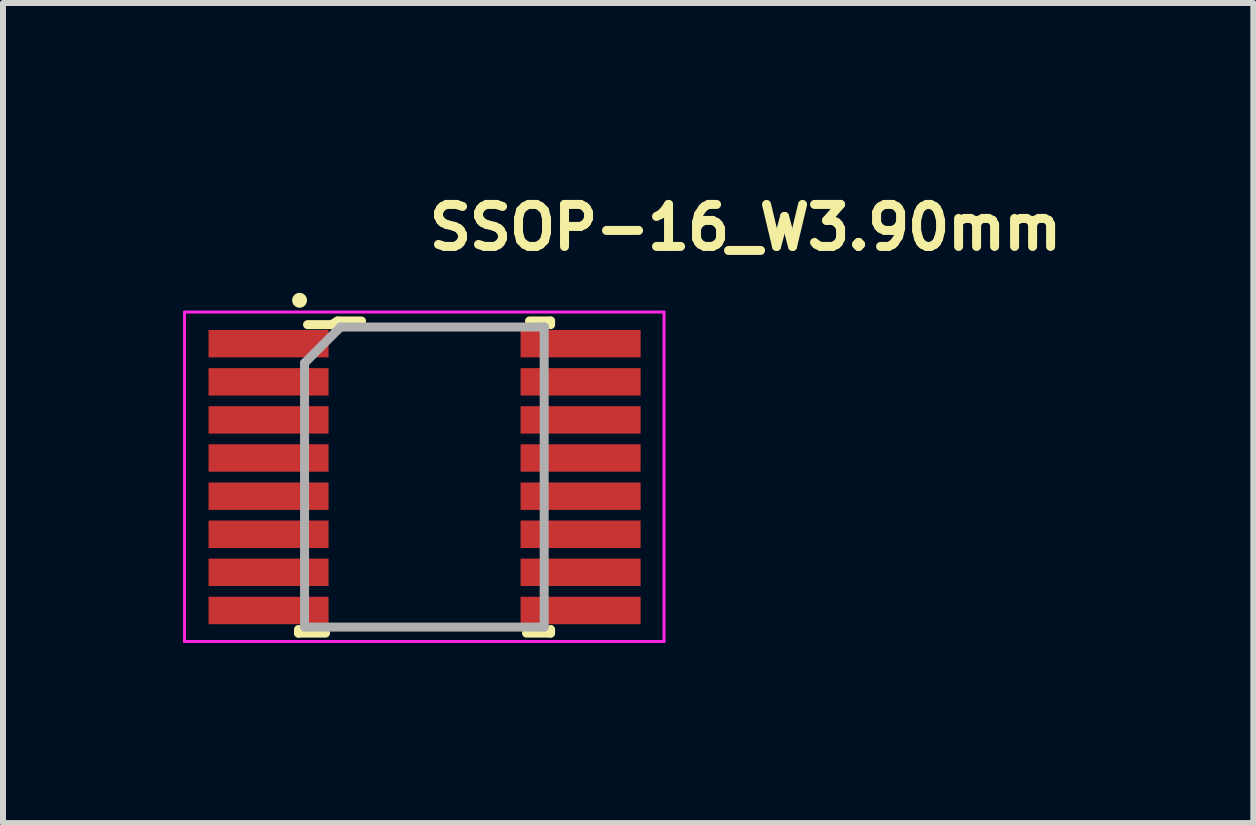
<source format=kicad_pcb>
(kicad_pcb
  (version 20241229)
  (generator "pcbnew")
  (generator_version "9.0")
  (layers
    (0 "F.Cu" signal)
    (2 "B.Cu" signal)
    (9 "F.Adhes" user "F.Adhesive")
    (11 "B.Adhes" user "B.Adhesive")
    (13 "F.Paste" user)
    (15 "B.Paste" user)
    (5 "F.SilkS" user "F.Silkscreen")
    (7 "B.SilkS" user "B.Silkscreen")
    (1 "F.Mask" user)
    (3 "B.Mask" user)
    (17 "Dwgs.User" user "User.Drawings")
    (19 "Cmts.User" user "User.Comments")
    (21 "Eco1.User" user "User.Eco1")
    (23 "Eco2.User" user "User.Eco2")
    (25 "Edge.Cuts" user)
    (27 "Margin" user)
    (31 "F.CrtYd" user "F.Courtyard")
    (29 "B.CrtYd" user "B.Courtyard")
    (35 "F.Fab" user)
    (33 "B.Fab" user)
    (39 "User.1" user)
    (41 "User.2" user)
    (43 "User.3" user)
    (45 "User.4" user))
  (footprint "SSOP-16_W3.90mm"
    (layer "F.Cu")
    (at 4.025 4.9)
    (property "Reference" "SSOP-16_W3.90mm" (at 0 -3.75 0) (layer "F.SilkS") (effects (font (size 0.7 0.7) (thickness 0.15)) (justify left bottom)))
    (attr smd)
    (fp_line (start -2.101 2.54) (end -2.101 2.6) (stroke (width 0.15) (type solid)) (layer "F.SilkS"))
    (fp_line (start -2.101 2.6) (end -1.651 2.6) (stroke (width 0.15) (type solid)) (layer "F.SilkS"))
    (fp_line (start -1.551 -2.54) (end -1.95 -2.54) (stroke (width 0.15) (type solid)) (layer "F.SilkS"))
    (fp_line (start -1.45 -2.601) (end -1.551 -2.54) (stroke (width 0.15) (type solid)) (layer "F.SilkS"))
    (fp_line (start -1.051 -2.601) (end -1.45 -2.601) (stroke (width 0.15) (type solid)) (layer "F.SilkS"))
    (fp_line (start 2.1 -2.601) (end 1.749 -2.601) (stroke (width 0.15) (type solid)) (layer "F.SilkS"))
    (fp_line (start 2.1 -2.54) (end 2.1 -2.601) (stroke (width 0.15) (type solid)) (layer "F.SilkS"))
    (fp_line (start 2.1 2.54) (end 2.1 2.6) (stroke (width 0.15) (type solid)) (layer "F.SilkS"))
    (fp_line (start 2.1 2.6) (end 1.699 2.6) (stroke (width 0.15) (type solid)) (layer "F.SilkS"))
    (fp_circle (center -2.083 -2.946) (end -2.034 -2.946) (stroke (width 0.15) (type solid)) (fill yes) (layer "F.SilkS"))
    (fp_line (start -4 -2.75) (end -4 2.74) (stroke (width 0.05) (type solid)) (layer "F.CrtYd"))
    (fp_line (start -4 -2.75) (end 3.99 -2.75) (stroke (width 0.05) (type solid)) (layer "F.CrtYd"))
    (fp_line (start -4 2.74) (end 3.99 2.74) (stroke (width 0.05) (type solid)) (layer "F.CrtYd"))
    (fp_line (start 3.99 2.74) (end 3.99 -2.75) (stroke (width 0.05) (type solid)) (layer "F.CrtYd"))
    (fp_line (start -2 -1.901) (end -2 2.499) (stroke (width 0.15) (type solid)) (layer "F.Fab"))
    (fp_line (start -2 -1.901) (end -1.401 -2.5) (stroke (width 0.15) (type solid)) (layer "F.Fab"))
    (fp_line (start -1.994 2.5) (end 1.993 2.5) (stroke (width 0.15) (type solid)) (layer "F.Fab"))
    (fp_line (start -1.401 -2.5) (end 1.999 -2.5) (stroke (width 0.15) (type solid)) (layer "F.Fab"))
    (fp_line (start 1.993 2.5) (end 1.993 -2.503) (stroke (width 0.15) (type solid)) (layer "F.Fab"))
    (fp_rect (start -3.011 -2.451) (end 3.011 2.451) (stroke (width 0.1) (type solid)) (fill no) (layer "User.5"))
    (fp_line (start -3.011 -0.445) (end -3.011 -0.19) (stroke (width 0.01) (type solid)) (layer "User.9"))
    (fp_line (start -3.011 -1.715) (end -3.011 -1.46) (stroke (width 0.01) (type solid)) (layer "User.9"))
    (fp_line (start -3.011 -1.08) (end -3.011 -0.826) (stroke (width 0.01) (type solid)) (layer "User.9"))
    (fp_line (start -3.011 2.095) (end -3.011 2.35) (stroke (width 0.01) (type solid)) (layer "User.9"))
    (fp_line (start -3.011 -2.35) (end -3.011 -2.095) (stroke (width 0.01) (type solid)) (layer "User.9"))
    (fp_line (start -3.011 0.19) (end -3.011 0.444) (stroke (width 0.01) (type solid)) (layer "User.9"))
    (fp_line (start -3.011 0.825) (end -3.011 1.08) (stroke (width 0.01) (type solid)) (layer "User.9"))
    (fp_line (start -3.011 1.46) (end -3.011 1.714) (stroke (width 0.01) (type solid)) (layer "User.9"))
    (fp_line (start -2.671 -1.08) (end -2.555 -1.08) (stroke (width 0.01) (type solid)) (layer "User.9"))
    (fp_line (start -2.671 -0.826) (end -3.011 -0.826) (stroke (width 0.01) (type solid)) (layer "User.9"))
    (fp_line (start -2.671 -0.826) (end -2.555 -0.826) (stroke (width 0.01) (type solid)) (layer "User.9"))
    (fp_line (start -2.671 -0.445) (end -3.011 -0.445) (stroke (width 0.01) (type solid)) (layer "User.9"))
    (fp_line (start -2.671 -0.445) (end -2.555 -0.445) (stroke (width 0.01) (type solid)) (layer "User.9"))
    (fp_line (start -2.671 -0.19) (end -3.011 -0.19) (stroke (width 0.01) (type solid)) (layer "User.9"))
    (fp_line (start -2.671 -0.19) (end -2.555 -0.19) (stroke (width 0.01) (type solid)) (layer "User.9"))
    (fp_line (start -2.671 -2.35) (end -3.011 -2.35) (stroke (width 0.01) (type solid)) (layer "User.9"))
    (fp_line (start -2.671 -2.35) (end -2.671 -2.095) (stroke (width 0.01) (type solid)) (layer "User.9"))
    (fp_line (start -2.671 -2.35) (end -2.555 -2.35) (stroke (width 0.01) (type solid)) (layer "User.9"))
    (fp_line (start -2.671 -2.35) (end -2.555 -2.35) (stroke (width 0.01) (type default)) (layer "User.9"))
    (fp_line (start -2.671 -2.095) (end -3.011 -2.095) (stroke (width 0.01) (type solid)) (layer "User.9"))
    (fp_line (start -2.671 -2.095) (end -2.555 -2.095) (stroke (width 0.01) (type solid)) (layer "User.9"))
    (fp_line (start -2.671 -1.715) (end -3.011 -1.715) (stroke (width 0.01) (type solid)) (layer "User.9"))
    (fp_line (start -2.671 -1.715) (end -2.671 -1.461) (stroke (width 0.01) (type solid)) (layer "User.9"))
    (fp_line (start -2.671 -1.715) (end -2.555 -1.715) (stroke (width 0.01) (type solid)) (layer "User.9"))
    (fp_line (start -2.671 -1.461) (end -2.671 -1.715) (stroke (width 0.01) (type default)) (layer "User.9"))
    (fp_line (start -2.671 -1.46) (end -3.011 -1.46) (stroke (width 0.01) (type solid)) (layer "User.9"))
    (fp_line (start -2.671 -1.46) (end -2.488 -1.46) (stroke (width 0.01) (type solid)) (layer "User.9"))
    (fp_line (start -2.671 0.19) (end -3.011 0.19) (stroke (width 0.01) (type solid)) (layer "User.9"))
    (fp_line (start -2.671 0.19) (end -2.671 0.444) (stroke (width 0.01) (type solid)) (layer "User.9"))
    (fp_line (start -2.671 0.19) (end -2.555 0.19) (stroke (width 0.01) (type default)) (layer "User.9"))
    (fp_line (start -2.671 0.19) (end -2.555 0.19) (stroke (width 0.01) (type solid)) (layer "User.9"))
    (fp_line (start -2.671 0.444) (end -3.011 0.444) (stroke (width 0.01) (type solid)) (layer "User.9"))
    (fp_line (start -2.671 0.444) (end -2.555 0.444) (stroke (width 0.01) (type solid)) (layer "User.9"))
    (fp_line (start -2.671 0.825) (end -3.011 0.825) (stroke (width 0.01) (type solid)) (layer "User.9"))
    (fp_line (start -2.671 0.825) (end -2.671 1.079) (stroke (width 0.01) (type solid)) (layer "User.9"))
    (fp_line (start -2.671 0.825) (end -2.555 0.825) (stroke (width 0.01) (type solid)) (layer "User.9"))
    (fp_line (start -2.671 1.08) (end -3.011 1.08) (stroke (width 0.01) (type solid)) (layer "User.9"))
    (fp_line (start -2.671 1.08) (end -2.555 1.08) (stroke (width 0.01) (type solid)) (layer "User.9"))
    (fp_line (start -2.671 1.46) (end -3.011 1.46) (stroke (width 0.01) (type solid)) (layer "User.9"))
    (fp_line (start -2.671 1.46) (end -2.671 1.714) (stroke (width 0.01) (type solid)) (layer "User.9"))
    (fp_line (start -2.671 1.46) (end -2.555 1.46) (stroke (width 0.01) (type solid)) (layer "User.9"))
    (fp_line (start -2.671 1.46) (end -2.555 1.46) (stroke (width 0.01) (type default)) (layer "User.9"))
    (fp_line (start -2.671 1.714) (end -3.011 1.714) (stroke (width 0.01) (type solid)) (layer "User.9"))
    (fp_line (start -2.671 1.714) (end -2.555 1.714) (stroke (width 0.01) (type solid)) (layer "User.9"))
    (fp_line (start -2.671 2.095) (end -3.011 2.095) (stroke (width 0.01) (type solid)) (layer "User.9"))
    (fp_line (start -2.671 2.095) (end -2.671 2.349) (stroke (width 0.01) (type solid)) (layer "User.9"))
    (fp_line (start -2.671 2.095) (end -2.555 2.095) (stroke (width 0.01) (type solid)) (layer "User.9"))
    (fp_line (start -2.671 2.35) (end -3.011 2.35) (stroke (width 0.01) (type solid)) (layer "User.9"))
    (fp_line (start -2.671 2.35) (end -2.555 2.35) (stroke (width 0.01) (type solid)) (layer "User.9"))
    (fp_line (start -2.671 -1.08) (end -3.011 -1.08) (stroke (width 0.01) (type solid)) (layer "User.9"))
    (fp_line (start -2.671 -1.08) (end -2.671 -0.826) (stroke (width 0.01) (type solid)) (layer "User.9"))
    (fp_line (start -2.671 -0.445) (end -2.671 -0.191) (stroke (width 0.01) (type solid)) (layer "User.9"))
    (fp_line (start -2.671 -0.191) (end -2.671 -0.445) (stroke (width 0.01) (type default)) (layer "User.9"))
    (fp_line (start -2.555 -1.08) (end -2.488 -1.08) (stroke (width 0.01) (type solid)) (layer "User.9"))
    (fp_line (start -2.555 -0.445) (end -2.488 -0.445) (stroke (width 0.01) (type solid)) (layer "User.9"))
    (fp_line (start -2.555 2.095) (end -2.555 2.095) (stroke (width 0.01) (type default)) (layer "User.9"))
    (fp_line (start -2.555 -2.35) (end -2.555 -2.095) (stroke (width 0.01) (type solid)) (layer "User.9"))
    (fp_line (start -2.555 -2.35) (end -2.488 -2.35) (stroke (width 0.01) (type solid)) (layer "User.9"))
    (fp_line (start -2.555 -2.095) (end -2.488 -2.095) (stroke (width 0.01) (type default)) (layer "User.9"))
    (fp_line (start -2.555 -1.715) (end -2.555 -1.46) (stroke (width 0.01) (type solid)) (layer "User.9"))
    (fp_line (start -2.555 -1.715) (end -2.488 -1.715) (stroke (width 0.01) (type solid)) (layer "User.9"))
    (fp_line (start -2.555 0.19) (end -2.555 0.444) (stroke (width 0.01) (type solid)) (layer "User.9"))
    (fp_line (start -2.555 0.19) (end -2.488 0.19) (stroke (width 0.01) (type solid)) (layer "User.9"))
    (fp_line (start -2.555 0.444) (end -2.488 0.444) (stroke (width 0.01) (type default)) (layer "User.9"))
    (fp_line (start -2.555 0.825) (end -2.671 0.825) (stroke (width 0.01) (type default)) (layer "User.9"))
    (fp_line (start -2.555 0.825) (end -2.555 1.079) (stroke (width 0.01) (type solid)) (layer "User.9"))
    (fp_line (start -2.555 0.825) (end -2.488 0.825) (stroke (width 0.01) (type solid)) (layer "User.9"))
    (fp_line (start -2.555 1.46) (end -2.555 1.714) (stroke (width 0.01) (type solid)) (layer "User.9"))
    (fp_line (start -2.555 1.46) (end -2.488 1.46) (stroke (width 0.01) (type solid)) (layer "User.9"))
    (fp_line (start -2.555 1.714) (end -2.488 1.714) (stroke (width 0.01) (type default)) (layer "User.9"))
    (fp_line (start -2.555 2.095) (end -2.671 2.095) (stroke (width 0.01) (type default)) (layer "User.9"))
    (fp_line (start -2.555 2.095) (end -2.555 2.349) (stroke (width 0.01) (type solid)) (layer "User.9"))
    (fp_line (start -2.555 2.095) (end -2.488 2.095) (stroke (width 0.01) (type solid)) (layer "User.9"))
    (fp_line (start -2.555 2.35) (end -2.555 2.35) (stroke (width 0.01) (type default)) (layer "User.9"))
    (fp_line (start -2.555 -1.08) (end -2.555 -0.826) (stroke (width 0.01) (type solid)) (layer "User.9"))
    (fp_line (start -2.555 -0.826) (end -2.488 -0.826) (stroke (width 0.01) (type default)) (layer "User.9"))
    (fp_line (start -2.555 -0.445) (end -2.671 -0.445) (stroke (width 0.01) (type default)) (layer "User.9"))
    (fp_line (start -2.555 -0.445) (end -2.555 -0.191) (stroke (width 0.01) (type solid)) (layer "User.9"))
    (fp_line (start -2.488 -1.08) (end -2.138 -1.08) (stroke (width 0.01) (type solid)) (layer "User.9"))
    (fp_line (start -2.488 -0.826) (end -2.555 -0.826) (stroke (width 0.01) (type solid)) (layer "User.9"))
    (fp_line (start -2.488 -0.826) (end -2.138 -0.826) (stroke (width 0.01) (type solid)) (layer "User.9"))
    (fp_line (start -2.488 -0.445) (end -2.138 -0.445) (stroke (width 0.01) (type solid)) (layer "User.9"))
    (fp_line (start -2.488 -0.19) (end -2.555 -0.19) (stroke (width 0.01) (type solid)) (layer "User.9"))
    (fp_line (start -2.488 -0.19) (end -2.138 -0.19) (stroke (width 0.01) (type solid)) (layer "User.9"))
    (fp_line (start -2.488 -2.35) (end -2.488 -2.095) (stroke (width 0.01) (type solid)) (layer "User.9"))
    (fp_line (start -2.488 -2.35) (end -2.138 -2.35) (stroke (width 0.01) (type solid)) (layer "User.9"))
    (fp_line (start -2.488 -2.35) (end -2.138 -2.35) (stroke (width 0.01) (type default)) (layer "User.9"))
    (fp_line (start -2.488 -2.095) (end -2.555 -2.095) (stroke (width 0.01) (type solid)) (layer "User.9"))
    (fp_line (start -2.488 -2.095) (end -2.138 -2.095) (stroke (width 0.01) (type solid)) (layer "User.9"))
    (fp_line (start -2.488 -1.715) (end -2.488 -1.46) (stroke (width 0.01) (type solid)) (layer "User.9"))
    (fp_line (start -2.488 -1.715) (end -2.138 -1.715) (stroke (width 0.01) (type solid)) (layer "User.9"))
    (fp_line (start -2.488 -1.46) (end -2.555 -1.46) (stroke (width 0.01) (type solid)) (layer "User.9"))
    (fp_line (start -2.488 -1.46) (end -2.138 -1.46) (stroke (width 0.01) (type solid)) (layer "User.9"))
    (fp_line (start -2.488 0.19) (end -2.488 0.444) (stroke (width 0.01) (type solid)) (layer "User.9"))
    (fp_line (start -2.488 0.19) (end -2.138 0.19) (stroke (width 0.01) (type default)) (layer "User.9"))
    (fp_line (start -2.488 0.19) (end -2.138 0.19) (stroke (width 0.01) (type solid)) (layer "User.9"))
    (fp_line (start -2.488 0.444) (end -2.555 0.444) (stroke (width 0.01) (type solid)) (layer "User.9"))
    (fp_line (start -2.488 0.444) (end -2.138 0.444) (stroke (width 0.01) (type solid)) (layer "User.9"))
    (fp_line (start -2.488 0.825) (end -2.488 1.079) (stroke (width 0.01) (type solid)) (layer "User.9"))
    (fp_line (start -2.488 0.825) (end -2.138 0.825) (stroke (width 0.01) (type solid)) (layer "User.9"))
    (fp_line (start -2.488 1.079) (end -2.555 1.079) (stroke (width 0.01) (type default)) (layer "User.9"))
    (fp_line (start -2.488 1.08) (end -2.555 1.08) (stroke (width 0.01) (type solid)) (layer "User.9"))
    (fp_line (start -2.488 1.08) (end -2.138 1.08) (stroke (width 0.01) (type solid)) (layer "User.9"))
    (fp_line (start -2.488 1.46) (end -2.488 1.714) (stroke (width 0.01) (type solid)) (layer "User.9"))
    (fp_line (start -2.488 1.46) (end -2.138 1.46) (stroke (width 0.01) (type solid)) (layer "User.9"))
    (fp_line (start -2.488 1.46) (end -2.138 1.46) (stroke (width 0.01) (type default)) (layer "User.9"))
    (fp_line (start -2.488 1.714) (end -2.555 1.714) (stroke (width 0.01) (type solid)) (layer "User.9"))
    (fp_line (start -2.488 1.714) (end -2.138 1.714) (stroke (width 0.01) (type solid)) (layer "User.9"))
    (fp_line (start -2.488 2.095) (end -2.488 2.349) (stroke (width 0.01) (type solid)) (layer "User.9"))
    (fp_line (start -2.488 2.095) (end -2.138 2.095) (stroke (width 0.01) (type solid)) (layer "User.9"))
    (fp_line (start -2.488 2.349) (end -2.555 2.349) (stroke (width 0.01) (type default)) (layer "User.9"))
    (fp_line (start -2.488 2.35) (end -2.555 2.35) (stroke (width 0.01) (type solid)) (layer "User.9"))
    (fp_line (start -2.488 2.35) (end -2.138 2.35) (stroke (width 0.01) (type solid)) (layer "User.9"))
    (fp_line (start -2.488 -1.08) (end -2.488 -0.826) (stroke (width 0.01) (type solid)) (layer "User.9"))
    (fp_line (start -2.488 -0.445) (end -2.488 -0.191) (stroke (width 0.01) (type solid)) (layer "User.9"))
    (fp_line (start -2.488 -0.191) (end -2.555 -0.191) (stroke (width 0.01) (type default)) (layer "User.9"))
    (fp_line (start -2.138 -0.825) (end -2.138 -1.46) (stroke (width 0.01) (type default)) (layer "User.9"))
    (fp_line (start -2.138 -2.35) (end -2.138 -2.095) (stroke (width 0.01) (type solid)) (layer "User.9"))
    (fp_line (start -2.138 -2.095) (end -1.846 -2.276) (stroke (width 0.01) (type default)) (layer "User.9"))
    (fp_line (start -2.138 -1.715) (end -2.488 -1.715) (stroke (width 0.01) (type default)) (layer "User.9"))
    (fp_line (start -2.138 -1.715) (end -2.138 -1.46) (stroke (width 0.01) (type solid)) (layer "User.9"))
    (fp_line (start -2.138 -0.19) (end -2.138 0.444) (stroke (width 0.01) (type solid)) (layer "User.9"))
    (fp_line (start -2.138 0.825) (end -2.488 0.825) (stroke (width 0.01) (type default)) (layer "User.9"))
    (fp_line (start -2.138 0.825) (end -2.138 1.08) (stroke (width 0.01) (type solid)) (layer "User.9"))
    (fp_line (start -2.138 1.08) (end -2.138 1.714) (stroke (width 0.01) (type solid)) (layer "User.9"))
    (fp_line (start -2.138 2.095) (end -2.488 2.095) (stroke (width 0.01) (type default)) (layer "User.9"))
    (fp_line (start -2.138 2.095) (end -2.138 2.256) (stroke (width 0.01) (type solid)) (layer "User.9"))
    (fp_line (start -2.138 2.256) (end -1.876 2.256) (stroke (width 0.01) (type solid)) (layer "User.9"))
    (fp_line (start -2.138 -1.08) (end -2.138 -0.826) (stroke (width 0.01) (type solid)) (layer "User.9"))
    (fp_line (start -2.138 -0.445) (end -2.488 -0.445) (stroke (width 0.01) (type default)) (layer "User.9"))
    (fp_line (start -2.138 -0.445) (end -2.138 -0.19) (stroke (width 0.01) (type solid)) (layer "User.9"))
    (fp_line (start -1.956 -0.445) (end -2.138 -0.445) (stroke (width 0.01) (type solid)) (layer "User.9"))
    (fp_line (start -1.956 -0.445) (end -1.956 -0.19) (stroke (width 0.01) (type solid)) (layer "User.9"))
    (fp_line (start -1.956 -0.19) (end -2.138 -0.19) (stroke (width 0.01) (type solid)) (layer "User.9"))
    (fp_line (start -1.956 -1.715) (end -2.138 -1.715) (stroke (width 0.01) (type solid)) (layer "User.9"))
    (fp_line (start -1.956 -1.715) (end -1.956 -1.46) (stroke (width 0.01) (type solid)) (layer "User.9"))
    (fp_line (start -1.956 -1.46) (end -2.138 -1.46) (stroke (width 0.01) (type solid)) (layer "User.9"))
    (fp_line (start -1.956 -1.08) (end -2.488 -1.08) (stroke (width 0.01) (type solid)) (layer "User.9"))
    (fp_line (start -1.956 -1.08) (end -1.956 -0.825) (stroke (width 0.01) (type solid)) (layer "User.9"))
    (fp_line (start -1.956 -0.825) (end -2.138 -0.825) (stroke (width 0.01) (type solid)) (layer "User.9"))
    (fp_line (start -1.956 2.095) (end -2.138 2.095) (stroke (width 0.01) (type solid)) (layer "User.9"))
    (fp_line (start -1.956 2.095) (end -1.956 2.349) (stroke (width 0.01) (type solid)) (layer "User.9"))
    (fp_line (start -1.956 2.349) (end -1.956 2.301) (stroke (width 0.01) (type default)) (layer "User.9"))
    (fp_line (start -1.956 -2.35) (end -2.138 -2.35) (stroke (width 0.01) (type solid)) (layer "User.9"))
    (fp_line (start -1.956 -2.35) (end -1.956 -2.095) (stroke (width 0.01) (type solid)) (layer "User.9"))
    (fp_line (start -1.956 -2.35) (end -1.911 -2.256) (stroke (width 0.01) (type default)) (layer "User.9"))
    (fp_line (start -1.956 -2.301) (end -1.953 -2.331) (stroke (width 0.01) (type solid)) (layer "User.9"))
    (fp_line (start -1.956 -2.299) (end -1.956 -2.35) (stroke (width 0.01) (type default)) (layer "User.9"))
    (fp_line (start -1.956 -2.299) (end -1.956 -2.3) (stroke (width 0.01) (type solid)) (layer "User.9"))
    (fp_line (start -1.956 -2.095) (end -2.138 -2.095) (stroke (width 0.01) (type solid)) (layer "User.9"))
    (fp_line (start -1.956 0.19) (end -2.138 0.19) (stroke (width 0.01) (type solid)) (layer "User.9"))
    (fp_line (start -1.956 0.19) (end -1.956 0.444) (stroke (width 0.01) (type solid)) (layer "User.9"))
    (fp_line (start -1.956 0.444) (end -2.138 0.444) (stroke (width 0.01) (type solid)) (layer "User.9"))
    (fp_line (start -1.956 0.825) (end -2.138 0.825) (stroke (width 0.01) (type solid)) (layer "User.9"))
    (fp_line (start -1.956 0.825) (end -1.956 1.08) (stroke (width 0.01) (type solid)) (layer "User.9"))
    (fp_line (start -1.956 1.08) (end -2.138 1.08) (stroke (width 0.01) (type solid)) (layer "User.9"))
    (fp_line (start -1.956 1.46) (end -2.138 1.46) (stroke (width 0.01) (type solid)) (layer "User.9"))
    (fp_line (start -1.956 1.46) (end -1.956 1.714) (stroke (width 0.01) (type solid)) (layer "User.9"))
    (fp_line (start -1.956 1.714) (end -2.138 1.714) (stroke (width 0.01) (type solid)) (layer "User.9"))
    (fp_line (start -1.956 2.299) (end -1.956 -2.3) (stroke (width 0.01) (type solid)) (layer "User.9"))
    (fp_line (start -1.956 2.299) (end -1.956 2.299) (stroke (width 0.01) (type default)) (layer "User.9"))
    (fp_line (start -1.956 2.301) (end -1.956 2.299) (stroke (width 0.01) (type solid)) (layer "User.9"))
    (fp_line (start -1.956 2.35) (end -2.138 2.35) (stroke (width 0.01) (type solid)) (layer "User.9"))
    (fp_line (start -1.953 -2.331) (end -1.944 -2.359) (stroke (width 0.01) (type solid)) (layer "User.9"))
    (fp_line (start -1.953 2.331) (end -1.956 2.301) (stroke (width 0.01) (type solid)) (layer "User.9"))
    (fp_line (start -1.944 -2.359) (end -1.931 -2.385) (stroke (width 0.01) (type solid)) (layer "User.9"))
    (fp_line (start -1.944 2.359) (end -1.953 2.331) (stroke (width 0.01) (type solid)) (layer "User.9"))
    (fp_line (start -1.931 -2.385) (end -1.912 -2.407) (stroke (width 0.01) (type solid)) (layer "User.9"))
    (fp_line (start -1.931 2.385) (end -1.944 2.359) (stroke (width 0.01) (type solid)) (layer "User.9"))
    (fp_line (start -1.912 -2.407) (end -1.89 -2.426) (stroke (width 0.01) (type solid)) (layer "User.9"))
    (fp_line (start -1.912 2.407) (end -1.931 2.385) (stroke (width 0.01) (type solid)) (layer "User.9"))
    (fp_line (start -1.911 -2.256) (end -1.956 -2.301) (stroke (width 0.01) (type solid)) (layer "User.9"))
    (fp_line (start -1.911 -2.256) (end -1.911 2.256) (stroke (width 0.01) (type solid)) (layer "User.9"))
    (fp_line (start -1.911 -2.256) (end -1.876 -2.256) (stroke (width 0.01) (type solid)) (layer "User.9"))
    (fp_line (start -1.911 2.256) (end -1.956 2.301) (stroke (width 0.01) (type solid)) (layer "User.9"))
    (fp_line (start -1.911 2.256) (end -1.908 2.285) (stroke (width 0.01) (type solid)) (layer "User.9"))
    (fp_line (start -1.908 -2.285) (end -1.911 -2.256) (stroke (width 0.01) (type solid)) (layer "User.9"))
    (fp_line (start -1.908 2.285) (end -1.898 2.312) (stroke (width 0.01) (type solid)) (layer "User.9"))
    (fp_line (start -1.899 -2.312) (end -1.908 -2.285) (stroke (width 0.01) (type solid)) (layer "User.9"))
    (fp_line (start -1.898 2.312) (end -1.884 2.337) (stroke (width 0.01) (type solid)) (layer "User.9"))
    (fp_line (start -1.89 -2.426) (end -1.864 -2.44) (stroke (width 0.01) (type solid)) (layer "User.9"))
    (fp_line (start -1.89 2.426) (end -1.912 2.407) (stroke (width 0.01) (type solid)) (layer "User.9"))
    (fp_line (start -1.885 -2.337) (end -1.899 -2.312) (stroke (width 0.01) (type solid)) (layer "User.9"))
    (fp_line (start -1.884 2.337) (end -1.865 2.359) (stroke (width 0.01) (type solid)) (layer "User.9"))
    (fp_line (start -1.876 -2.256) (end -1.876 2.256) (stroke (width 0.01) (type solid)) (layer "User.9"))
    (fp_line (start -1.876 -2.256) (end -1.874 -2.266) (stroke (width 0.01) (type solid)) (layer "User.9"))
    (fp_line (start -1.874 -2.266) (end -1.867 -2.273) (stroke (width 0.01) (type solid)) (layer "User.9"))
    (fp_line (start -1.874 2.266) (end -1.876 2.256) (stroke (width 0.01) (type solid)) (layer "User.9"))
    (fp_line (start -1.867 -2.273) (end -1.857 -2.276) (stroke (width 0.01) (type solid)) (layer "User.9"))
    (fp_line (start -1.867 2.273) (end -1.874 2.266) (stroke (width 0.01) (type solid)) (layer "User.9"))
    (fp_line (start -1.865 -2.359) (end -1.885 -2.337) (stroke (width 0.01) (type solid)) (layer "User.9"))
    (fp_line (start -1.865 2.359) (end -1.842 2.377) (stroke (width 0.01) (type solid)) (layer "User.9"))
    (fp_line (start -1.864 -2.44) (end -1.835 -2.448) (stroke (width 0.01) (type solid)) (layer "User.9"))
    (fp_line (start -1.864 2.44) (end -1.89 2.426) (stroke (width 0.01) (type solid)) (layer "User.9"))
    (fp_line (start -1.857 -2.276) (end -1.846 -2.276) (stroke (width 0.01) (type solid)) (layer "User.9"))
    (fp_line (start -1.857 2.276) (end -1.867 2.273) (stroke (width 0.01) (type solid)) (layer "User.9"))
    (fp_line (start -1.846 2.276) (end -1.857 2.276) (stroke (width 0.01) (type solid)) (layer "User.9"))
    (fp_line (start -1.842 -2.377) (end -1.865 -2.359) (stroke (width 0.01) (type solid)) (layer "User.9"))
    (fp_line (start -1.842 -2.299) (end -1.846 -2.276) (stroke (width 0.01) (type solid)) (layer "User.9"))
    (fp_line (start -1.842 2.299) (end -1.846 2.276) (stroke (width 0.01) (type solid)) (layer "User.9"))
    (fp_line (start -1.842 2.377) (end -1.815 2.39) (stroke (width 0.01) (type solid)) (layer "User.9"))
    (fp_line (start -1.836 -2.321) (end -1.842 -2.299) (stroke (width 0.01) (type solid)) (layer "User.9"))
    (fp_line (start -1.836 2.321) (end -1.842 2.299) (stroke (width 0.01) (type solid)) (layer "User.9"))
    (fp_line (start -1.836 2.448) (end -1.864 2.44) (stroke (width 0.01) (type solid)) (layer "User.9"))
    (fp_line (start -1.835 -2.448) (end -1.805 -2.451) (stroke (width 0.01) (type solid)) (layer "User.9"))
    (fp_line (start -1.827 -2.341) (end -1.836 -2.321) (stroke (width 0.01) (type solid)) (layer "User.9"))
    (fp_line (start -1.827 2.341) (end -1.836 2.321) (stroke (width 0.01) (type solid)) (layer "User.9"))
    (fp_line (start -1.816 -2.39) (end -1.842 -2.377) (stroke (width 0.01) (type solid)) (layer "User.9"))
    (fp_line (start -1.816 -2.36) (end -1.827 -2.341) (stroke (width 0.01) (type solid)) (layer "User.9"))
    (fp_line (start -1.816 2.36) (end -1.827 2.341) (stroke (width 0.01) (type solid)) (layer "User.9"))
    (fp_line (start -1.815 2.39) (end -1.786 2.399) (stroke (width 0.01) (type solid)) (layer "User.9"))
    (fp_line (start -1.806 2.451) (end -1.836 2.448) (stroke (width 0.01) (type solid)) (layer "User.9"))
    (fp_line (start -1.806 -2.451) (end -1.803 -2.451) (stroke (width 0.01) (type solid)) (layer "User.9"))
    (fp_line (start -1.806 2.451) (end -1.956 2.35) (stroke (width 0.01) (type default)) (layer "User.9"))
    (fp_line (start -1.805 -2.451) (end -1.806 -2.451) (stroke (width 0.01) (type default)) (layer "User.9"))
    (fp_line (start -1.803 -2.375) (end -1.816 -2.36) (stroke (width 0.01) (type solid)) (layer "User.9"))
    (fp_line (start -1.803 2.375) (end -1.816 2.36) (stroke (width 0.01) (type solid)) (layer "User.9"))
    (fp_line (start -1.803 2.451) (end -1.803 2.451) (stroke (width 0.01) (type default)) (layer "User.9"))
    (fp_line (start -1.803 2.451) (end -1.806 2.451) (stroke (width 0.01) (type solid)) (layer "User.9"))
    (fp_line (start -1.788 -2.388) (end -1.803 -2.375) (stroke (width 0.01) (type solid)) (layer "User.9"))
    (fp_line (start -1.788 2.388) (end -1.803 2.375) (stroke (width 0.01) (type solid)) (layer "User.9"))
    (fp_line (start -1.786 -2.399) (end -1.816 -2.39) (stroke (width 0.01) (type solid)) (layer "User.9"))
    (fp_line (start -1.786 2.399) (end -1.756 2.401) (stroke (width 0.01) (type solid)) (layer "User.9"))
    (fp_line (start -1.772 -2.396) (end -1.788 -2.388) (stroke (width 0.01) (type solid)) (layer "User.9"))
    (fp_line (start -1.772 2.396) (end -1.788 2.388) (stroke (width 0.01) (type solid)) (layer "User.9"))
    (fp_line (start -1.756 2.401) (end -1.806 2.451) (stroke (width 0.01) (type solid)) (layer "User.9"))
    (fp_line (start -1.756 -2.401) (end -1.806 -2.451) (stroke (width 0.01) (type solid)) (layer "User.9"))
    (fp_line (start -1.756 -2.401) (end -1.786 -2.399) (stroke (width 0.01) (type solid)) (layer "User.9"))
    (fp_line (start -1.756 -2.401) (end -1.772 -2.396) (stroke (width 0.01) (type solid)) (layer "User.9"))
    (fp_line (start -1.756 2.401) (end -1.772 2.396) (stroke (width 0.01) (type solid)) (layer "User.9"))
    (fp_line (start -1.611 2.235) (end -1.846 2.276) (stroke (width 0.01) (type solid)) (layer "User.9"))
    (fp_line (start -1.611 2.235) (end -1.611 2.235) (stroke (width 0.01) (type default)) (layer "User.9"))
    (fp_line (start -1.611 -2.235) (end -1.846 -2.276) (stroke (width 0.01) (type solid)) (layer "User.9"))
    (fp_line (start -1.611 -2.235) (end -1.608 -2.257) (stroke (width 0.01) (type solid)) (layer "User.9"))
    (fp_line (start -1.611 2.235) (end -1.611 -2.235) (stroke (width 0.01) (type solid)) (layer "User.9"))
    (fp_line (start -1.611 2.235) (end -1.521 2.235) (stroke (width 0.01) (type solid)) (layer "User.9"))
    (fp_line (start -1.608 -2.257) (end -1.602 -2.279) (stroke (width 0.01) (type solid)) (layer "User.9"))
    (fp_line (start -1.608 2.257) (end -1.611 2.235) (stroke (width 0.01) (type solid)) (layer "User.9"))
    (fp_line (start -1.602 -2.279) (end -1.592 -2.299) (stroke (width 0.01) (type solid)) (layer "User.9"))
    (fp_line (start -1.602 2.28) (end -1.608 2.257) (stroke (width 0.01) (type solid)) (layer "User.9"))
    (fp_line (start -1.593 2.3) (end -1.602 2.28) (stroke (width 0.01) (type solid)) (layer "User.9"))
    (fp_line (start -1.592 -2.299) (end -1.582 -2.319) (stroke (width 0.01) (type solid)) (layer "User.9"))
    (fp_line (start -1.582 -2.319) (end -1.568 -2.334) (stroke (width 0.01) (type solid)) (layer "User.9"))
    (fp_line (start -1.581 2.318) (end -1.593 2.3) (stroke (width 0.01) (type solid)) (layer "User.9"))
    (fp_line (start -1.568 -2.334) (end -1.554 -2.346) (stroke (width 0.01) (type solid)) (layer "User.9"))
    (fp_line (start -1.568 2.334) (end -1.581 2.318) (stroke (width 0.01) (type solid)) (layer "User.9"))
    (fp_line (start -1.554 -2.346) (end -1.538 -2.355) (stroke (width 0.01) (type solid)) (layer "User.9"))
    (fp_line (start -1.554 2.346) (end -1.568 2.334) (stroke (width 0.01) (type solid)) (layer "User.9"))
    (fp_line (start -1.538 -2.355) (end -1.521 -2.36) (stroke (width 0.01) (type solid)) (layer "User.9"))
    (fp_line (start -1.538 2.355) (end -1.554 2.346) (stroke (width 0.01) (type solid)) (layer "User.9"))
    (fp_line (start -1.521 2.235) (end -1.521 2.36) (stroke (width 0.01) (type solid)) (layer "User.9"))
    (fp_line (start -1.521 2.235) (end 1.714 2.235) (stroke (width 0.01) (type solid)) (layer "User.9"))
    (fp_line (start -1.521 2.36) (end -1.756 2.401) (stroke (width 0.01) (type solid)) (layer "User.9"))
    (fp_line (start -1.521 2.36) (end -1.538 2.355) (stroke (width 0.01) (type solid)) (layer "User.9"))
    (fp_line (start -1.521 2.36) (end 1.714 2.36) (stroke (width 0.01) (type solid)) (layer "User.9"))
    (fp_line (start -1.521 -2.36) (end -1.756 -2.401) (stroke (width 0.01) (type solid)) (layer "User.9"))
    (fp_line (start -1.521 -2.36) (end -1.521 -2.235) (stroke (width 0.01) (type solid)) (layer "User.9"))
    (fp_line (start -1.521 -2.235) (end -1.611 -2.235) (stroke (width 0.01) (type solid)) (layer "User.9"))
    (fp_line (start -1.521 2.235) (end -1.521 -2.235) (stroke (width 0.01) (type solid)) (layer "User.9"))
    (fp_line (start -1.52 -2.36) (end -1.521 -2.36) (stroke (width 0.01) (type default)) (layer "User.9"))
    (fp_line (start 1.714 2.36) (end 1.714 2.235) (stroke (width 0.01) (type solid)) (layer "User.9"))
    (fp_line (start 1.714 2.36) (end 1.744 2.356) (stroke (width 0.01) (type solid)) (layer "User.9"))
    (fp_line (start 1.714 2.36) (end 1.806 2.451) (stroke (width 0.01) (type solid)) (layer "User.9"))
    (fp_line (start 1.714 -2.36) (end -1.52 -2.36) (stroke (width 0.01) (type solid)) (layer "User.9"))
    (fp_line (start 1.714 -2.36) (end 1.714 -2.235) (stroke (width 0.01) (type solid)) (layer "User.9"))
    (fp_line (start 1.714 -2.36) (end 1.806 -2.451) (stroke (width 0.01) (type solid)) (layer "User.9"))
    (fp_line (start 1.714 -2.235) (end -1.521 -2.235) (stroke (width 0.01) (type solid)) (layer "User.9"))
    (fp_line (start 1.714 -2.235) (end 1.724 -2.233) (stroke (width 0.01) (type solid)) (layer "User.9"))
    (fp_line (start 1.724 -2.233) (end 1.732 -2.228) (stroke (width 0.01) (type solid)) (layer "User.9"))
    (fp_line (start 1.732 2.228) (end 1.724 2.233) (stroke (width 0.01) (type solid)) (layer "User.9"))
    (fp_line (start 1.732 -2.228) (end 1.738 -2.219) (stroke (width 0.01) (type solid)) (layer "User.9"))
    (fp_line (start 1.738 2.22) (end 1.732 2.228) (stroke (width 0.01) (type solid)) (layer "User.9"))
    (fp_line (start 1.738 -2.219) (end 1.74 -2.21) (stroke (width 0.01) (type solid)) (layer "User.9"))
    (fp_line (start 1.74 2.21) (end 1.738 2.22) (stroke (width 0.01) (type solid)) (layer "User.9"))
    (fp_line (start 1.74 -2.21) (end 1.714 -2.235) (stroke (width 0.01) (type default)) (layer "User.9"))
    (fp_line (start 1.74 2.23) (end 1.714 2.235) (stroke (width 0.01) (type solid)) (layer "User.9"))
    (fp_line (start 1.74 2.23) (end 1.74 -2.21) (stroke (width 0.01) (type solid)) (layer "User.9"))
    (fp_line (start 1.743 -2.357) (end 1.714 -2.36) (stroke (width 0.01) (type solid)) (layer "User.9"))
    (fp_line (start 1.744 2.356) (end 1.771 2.347) (stroke (width 0.01) (type solid)) (layer "User.9"))
    (fp_line (start 1.771 -2.347) (end 1.743 -2.357) (stroke (width 0.01) (type solid)) (layer "User.9"))
    (fp_line (start 1.771 2.347) (end 1.797 2.333) (stroke (width 0.01) (type solid)) (layer "User.9"))
    (fp_line (start 1.797 -2.333) (end 1.771 -2.347) (stroke (width 0.01) (type solid)) (layer "User.9"))
    (fp_line (start 1.797 2.333) (end 1.819 2.315) (stroke (width 0.01) (type solid)) (layer "User.9"))
    (fp_line (start 1.803 -2.451) (end -1.803 -2.451) (stroke (width 0.01) (type solid)) (layer "User.9"))
    (fp_line (start 1.803 -2.451) (end 1.803 -2.451) (stroke (width 0.01) (type default)) (layer "User.9"))
    (fp_line (start 1.803 -2.451) (end 1.806 -2.451) (stroke (width 0.01) (type solid)) (layer "User.9"))
    (fp_line (start 1.803 2.451) (end -1.803 2.451) (stroke (width 0.01) (type solid)) (layer "User.9"))
    (fp_line (start 1.806 -2.451) (end 1.836 -2.448) (stroke (width 0.01) (type solid)) (layer "User.9"))
    (fp_line (start 1.806 -2.451) (end 1.956 -2.35) (stroke (width 0.01) (type default)) (layer "User.9"))
    (fp_line (start 1.806 2.451) (end 1.803 2.451) (stroke (width 0.01) (type solid)) (layer "User.9"))
    (fp_line (start 1.819 -2.315) (end 1.797 -2.333) (stroke (width 0.01) (type solid)) (layer "User.9"))
    (fp_line (start 1.819 2.315) (end 1.838 2.292) (stroke (width 0.01) (type solid)) (layer "User.9"))
    (fp_line (start 1.835 2.448) (end 1.806 2.451) (stroke (width 0.01) (type solid)) (layer "User.9"))
    (fp_line (start 1.836 -2.448) (end 1.864 -2.44) (stroke (width 0.01) (type solid)) (layer "User.9"))
    (fp_line (start 1.838 -2.292) (end 1.819 -2.315) (stroke (width 0.01) (type solid)) (layer "User.9"))
    (fp_line (start 1.838 2.292) (end 1.852 2.266) (stroke (width 0.01) (type solid)) (layer "User.9"))
    (fp_line (start 1.852 -2.266) (end 1.838 -2.292) (stroke (width 0.01) (type solid)) (layer "User.9"))
    (fp_line (start 1.852 2.266) (end 1.862 2.239) (stroke (width 0.01) (type solid)) (layer "User.9"))
    (fp_line (start 1.861 -2.239) (end 1.852 -2.266) (stroke (width 0.01) (type solid)) (layer "User.9"))
    (fp_line (start 1.862 2.239) (end 1.865 2.21) (stroke (width 0.01) (type solid)) (layer "User.9"))
    (fp_line (start 1.864 -2.44) (end 1.89 -2.426) (stroke (width 0.01) (type solid)) (layer "User.9"))
    (fp_line (start 1.864 2.44) (end 1.835 2.448) (stroke (width 0.01) (type solid)) (layer "User.9"))
    (fp_line (start 1.865 2.21) (end 1.955 2.301) (stroke (width 0.01) (type solid)) (layer "User.9"))
    (fp_line (start 1.865 -2.21) (end 1.74 -2.21) (stroke (width 0.01) (type solid)) (layer "User.9"))
    (fp_line (start 1.865 -2.21) (end 1.861 -2.239) (stroke (width 0.01) (type solid)) (layer "User.9"))
    (fp_line (start 1.865 -2.21) (end 1.956 -2.302) (stroke (width 0.01) (type solid)) (layer "User.9"))
    (fp_line (start 1.865 2.21) (end 1.74 2.21) (stroke (width 0.01) (type solid)) (layer "User.9"))
    (fp_line (start 1.865 2.21) (end 1.865 -2.21) (stroke (width 0.01) (type solid)) (layer "User.9"))
    (fp_line (start 1.89 -2.426) (end 1.912 -2.407) (stroke (width 0.01) (type solid)) (layer "User.9"))
    (fp_line (start 1.89 2.426) (end 1.864 2.44) (stroke (width 0.01) (type solid)) (layer "User.9"))
    (fp_line (start 1.912 -2.407) (end 1.931 -2.385) (stroke (width 0.01) (type solid)) (layer "User.9"))
    (fp_line (start 1.912 2.407) (end 1.89 2.426) (stroke (width 0.01) (type solid)) (layer "User.9"))
    (fp_line (start 1.931 -2.385) (end 1.944 -2.359) (stroke (width 0.01) (type solid)) (layer "User.9"))
    (fp_line (start 1.931 2.385) (end 1.912 2.407) (stroke (width 0.01) (type solid)) (layer "User.9"))
    (fp_line (start 1.944 -2.359) (end 1.953 -2.331) (stroke (width 0.01) (type solid)) (layer "User.9"))
    (fp_line (start 1.944 2.359) (end 1.931 2.385) (stroke (width 0.01) (type solid)) (layer "User.9"))
    (fp_line (start 1.953 -2.331) (end 1.956 -2.302) (stroke (width 0.01) (type solid)) (layer "User.9"))
    (fp_line (start 1.953 2.331) (end 1.944 2.359) (stroke (width 0.01) (type solid)) (layer "User.9"))
    (fp_line (start 1.955 2.301) (end 1.956 2.35) (stroke (width 0.01) (type default)) (layer "User.9"))
    (fp_line (start 1.956 -2.35) (end 2.138 -2.35) (stroke (width 0.01) (type solid)) (layer "User.9"))
    (fp_line (start 1.956 -2.301) (end 1.956 -2.299) (stroke (width 0.01) (type solid)) (layer "User.9"))
    (fp_line (start 1.956 -2.299) (end 1.956 -2.3) (stroke (width 0.01) (type default)) (layer "User.9"))
    (fp_line (start 1.956 2.299) (end 1.956 -2.3) (stroke (width 0.01) (type solid)) (layer "User.9"))
    (fp_line (start 1.956 2.299) (end 1.956 2.299) (stroke (width 0.01) (type default)) (layer "User.9"))
    (fp_line (start 1.956 2.299) (end 1.956 2.3) (stroke (width 0.01) (type solid)) (layer "User.9"))
    (fp_line (start 1.956 2.3) (end 1.956 2.301) (stroke (width 0.01) (type default)) (layer "User.9"))
    (fp_line (start 1.956 2.301) (end 1.953 2.331) (stroke (width 0.01) (type solid)) (layer "User.9"))
    (fp_line (start 1.956 -2.349) (end 1.956 -2.301) (stroke (width 0.01) (type default)) (layer "User.9"))
    (fp_line (start 1.956 -2.095) (end 1.956 -2.349) (stroke (width 0.01) (type solid)) (layer "User.9"))
    (fp_line (start 1.956 -2.095) (end 2.138 -2.095) (stroke (width 0.01) (type solid)) (layer "User.9"))
    (fp_line (start 1.956 -1.714) (end 2.138 -1.714) (stroke (width 0.01) (type solid)) (layer "User.9"))
    (fp_line (start 1.956 -1.46) (end 1.956 -1.714) (stroke (width 0.01) (type solid)) (layer "User.9"))
    (fp_line (start 1.956 -1.46) (end 2.138 -1.46) (stroke (width 0.01) (type solid)) (layer "User.9"))
    (fp_line (start 1.956 -1.08) (end 2.138 -1.08) (stroke (width 0.01) (type solid)) (layer "User.9"))
    (fp_line (start 1.956 -0.825) (end 1.956 -1.08) (stroke (width 0.01) (type solid)) (layer "User.9"))
    (fp_line (start 1.956 -0.825) (end 2.138 -0.825) (stroke (width 0.01) (type solid)) (layer "User.9"))
    (fp_line (start 1.956 -0.444) (end 2.138 -0.444) (stroke (width 0.01) (type solid)) (layer "User.9"))
    (fp_line (start 1.956 -0.19) (end 1.956 -0.444) (stroke (width 0.01) (type solid)) (layer "User.9"))
    (fp_line (start 1.956 -0.19) (end 2.138 -0.19) (stroke (width 0.01) (type solid)) (layer "User.9"))
    (fp_line (start 1.956 0.19) (end 2.138 0.19) (stroke (width 0.01) (type solid)) (layer "User.9"))
    (fp_line (start 1.956 0.445) (end 1.956 0.19) (stroke (width 0.01) (type solid)) (layer "User.9"))
    (fp_line (start 1.956 0.445) (end 2.138 0.445) (stroke (width 0.01) (type solid)) (layer "User.9"))
    (fp_line (start 1.956 0.826) (end 2.138 0.826) (stroke (width 0.01) (type solid)) (layer "User.9"))
    (fp_line (start 1.956 1.08) (end 1.956 0.826) (stroke (width 0.01) (type solid)) (layer "User.9"))
    (fp_line (start 1.956 1.08) (end 2.138 1.08) (stroke (width 0.01) (type solid)) (layer "User.9"))
    (fp_line (start 1.956 1.46) (end 2.138 1.46) (stroke (width 0.01) (type solid)) (layer "User.9"))
    (fp_line (start 1.956 1.715) (end 1.956 1.46) (stroke (width 0.01) (type solid)) (layer "User.9"))
    (fp_line (start 1.956 1.715) (end 2.138 1.715) (stroke (width 0.01) (type solid)) (layer "User.9"))
    (fp_line (start 1.956 2.096) (end 2.138 2.096) (stroke (width 0.01) (type solid)) (layer "User.9"))
    (fp_line (start 1.956 2.35) (end 1.806 2.451) (stroke (width 0.01) (type default)) (layer "User.9"))
    (fp_line (start 1.956 2.35) (end 1.956 2.096) (stroke (width 0.01) (type solid)) (layer "User.9"))
    (fp_line (start 1.956 2.35) (end 2.138 2.35) (stroke (width 0.01) (type solid)) (layer "User.9"))
    (fp_line (start 2.138 1.46) (end 2.138 1.08) (stroke (width 0.01) (type default)) (layer "User.9"))
    (fp_line (start 2.138 1.715) (end 2.138 1.46) (stroke (width 0.01) (type solid)) (layer "User.9"))
    (fp_line (start 2.138 2.35) (end 2.138 2.095) (stroke (width 0.01) (type solid)) (layer "User.9"))
    (fp_line (start 2.138 -0.825) (end 2.138 -1.079) (stroke (width 0.01) (type solid)) (layer "User.9"))
    (fp_line (start 2.138 -0.825) (end 2.138 -1.46) (stroke (width 0.01) (type default)) (layer "User.9"))
    (fp_line (start 2.138 -0.19) (end 2.138 -0.444) (stroke (width 0.01) (type solid)) (layer "User.9"))
    (fp_line (start 2.138 0.445) (end 2.138 -0.19) (stroke (width 0.01) (type default)) (layer "User.9"))
    (fp_line (start 2.138 0.445) (end 2.138 0.19) (stroke (width 0.01) (type solid)) (layer "User.9"))
    (fp_line (start 2.138 1.08) (end 2.138 0.826) (stroke (width 0.01) (type solid)) (layer "User.9"))
    (fp_line (start 2.138 -2.095) (end 2.138 -2.349) (stroke (width 0.01) (type solid)) (layer "User.9"))
    (fp_line (start 2.138 -1.46) (end 2.138 -1.714) (stroke (width 0.01) (type solid)) (layer "User.9"))
    (fp_line (start 2.488 1.715) (end 2.138 1.715) (stroke (width 0.01) (type default)) (layer "User.9"))
    (fp_line (start 2.488 1.715) (end 2.488 1.46) (stroke (width 0.01) (type solid)) (layer "User.9"))
    (fp_line (start 2.488 2.35) (end 2.138 2.35) (stroke (width 0.01) (type default)) (layer "User.9"))
    (fp_line (start 2.488 2.35) (end 2.488 2.095) (stroke (width 0.01) (type solid)) (layer "User.9"))
    (fp_line (start 2.488 -1.079) (end 2.138 -1.079) (stroke (width 0.01) (type default)) (layer "User.9"))
    (fp_line (start 2.488 -0.825) (end 2.488 -1.079) (stroke (width 0.01) (type solid)) (layer "User.9"))
    (fp_line (start 2.488 -0.444) (end 2.138 -0.444) (stroke (width 0.01) (type solid)) (layer "User.9"))
    (fp_line (start 2.488 -0.19) (end 2.488 -0.444) (stroke (width 0.01) (type solid)) (layer "User.9"))
    (fp_line (start 2.488 -0.19) (end 2.555 -0.19) (stroke (width 0.01) (type default)) (layer "User.9"))
    (fp_line (start 2.488 0.19) (end 2.138 0.19) (stroke (width 0.01) (type default)) (layer "User.9"))
    (fp_line (start 2.488 0.445) (end 2.488 0.19) (stroke (width 0.01) (type solid)) (layer "User.9"))
    (fp_line (start 2.488 0.826) (end 2.138 0.826) (stroke (width 0.01) (type solid)) (layer "User.9"))
    (fp_line (start 2.488 1.08) (end 2.488 0.826) (stroke (width 0.01) (type solid)) (layer "User.9"))
    (fp_line (start 2.488 1.08) (end 2.555 1.08) (stroke (width 0.01) (type default)) (layer "User.9"))
    (fp_line (start 2.488 -2.35) (end 2.138 -2.35) (stroke (width 0.01) (type solid)) (layer "User.9"))
    (fp_line (start 2.488 -2.35) (end 2.555 -2.35) (stroke (width 0.01) (type solid)) (layer "User.9"))
    (fp_line (start 2.488 -2.349) (end 2.138 -2.349) (stroke (width 0.01) (type default)) (layer "User.9"))
    (fp_line (start 2.488 -2.095) (end 2.138 -2.095) (stroke (width 0.01) (type solid)) (layer "User.9"))
    (fp_line (start 2.488 -2.095) (end 2.488 -2.349) (stroke (width 0.01) (type solid)) (layer "User.9"))
    (fp_line (start 2.488 -1.714) (end 2.138 -1.714) (stroke (width 0.01) (type solid)) (layer "User.9"))
    (fp_line (start 2.488 -1.46) (end 2.488 -1.714) (stroke (width 0.01) (type solid)) (layer "User.9"))
    (fp_line (start 2.488 -1.46) (end 2.555 -1.46) (stroke (width 0.01) (type default)) (layer "User.9"))
    (fp_line (start 2.488 -1.714) (end 2.555 -1.714) (stroke (width 0.01) (type solid)) (layer "User.9"))
    (fp_line (start 2.488 -1.46) (end 2.138 -1.46) (stroke (width 0.01) (type solid)) (layer "User.9"))
    (fp_line (start 2.488 -1.08) (end 2.138 -1.08) (stroke (width 0.01) (type solid)) (layer "User.9"))
    (fp_line (start 2.488 -1.08) (end 2.555 -1.08) (stroke (width 0.01) (type solid)) (layer "User.9"))
    (fp_line (start 2.488 -0.825) (end 2.138 -0.825) (stroke (width 0.01) (type solid)) (layer "User.9"))
    (fp_line (start 2.488 -0.444) (end 2.555 -0.444) (stroke (width 0.01) (type solid)) (layer "User.9"))
    (fp_line (start 2.488 -0.19) (end 2.138 -0.19) (stroke (width 0.01) (type solid)) (layer "User.9"))
    (fp_line (start 2.488 0.19) (end 2.138 0.19) (stroke (width 0.01) (type solid)) (layer "User.9"))
    (fp_line (start 2.488 0.19) (end 2.555 0.19) (stroke (width 0.01) (type solid)) (layer "User.9"))
    (fp_line (start 2.488 0.445) (end 2.138 0.445) (stroke (width 0.01) (type solid)) (layer "User.9"))
    (fp_line (start 2.488 0.826) (end 2.555 0.826) (stroke (width 0.01) (type solid)) (layer "User.9"))
    (fp_line (start 2.488 1.08) (end 2.138 1.08) (stroke (width 0.01) (type solid)) (layer "User.9"))
    (fp_line (start 2.488 1.46) (end 2.138 1.46) (stroke (width 0.01) (type solid)) (layer "User.9"))
    (fp_line (start 2.488 1.46) (end 2.555 1.46) (stroke (width 0.01) (type solid)) (layer "User.9"))
    (fp_line (start 2.488 1.715) (end 2.138 1.715) (stroke (width 0.01) (type solid)) (layer "User.9"))
    (fp_line (start 2.488 2.35) (end 2.138 2.35) (stroke (width 0.01) (type solid)) (layer "User.9"))
    (fp_line (start 2.488 2.096) (end 2.138 2.096) (stroke (width 0.01) (type solid)) (layer "User.9"))
    (fp_line (start 2.488 2.096) (end 2.555 2.096) (stroke (width 0.01) (type solid)) (layer "User.9"))
    (fp_line (start 2.488 2.35) (end 2.488 2.35) (stroke (width 0.01) (type default)) (layer "User.9"))
    (fp_line (start 2.555 1.46) (end 2.488 1.46) (stroke (width 0.01) (type default)) (layer "User.9"))
    (fp_line (start 2.555 1.715) (end 2.555 1.46) (stroke (width 0.01) (type solid)) (layer "User.9"))
    (fp_line (start 2.555 2.095) (end 2.488 2.095) (stroke (width 0.01) (type default)) (layer "User.9"))
    (fp_line (start 2.555 2.35) (end 2.555 2.095) (stroke (width 0.01) (type solid)) (layer "User.9"))
    (fp_line (start 2.555 -1.08) (end 3.011 -1.08) (stroke (width 0.01) (type solid)) (layer "User.9"))
    (fp_line (start 2.555 -0.825) (end 2.488 -0.825) (stroke (width 0.01) (type default)) (layer "User.9"))
    (fp_line (start 2.555 -0.825) (end 2.555 -1.08) (stroke (width 0.01) (type solid)) (layer "User.9"))
    (fp_line (start 2.555 -0.444) (end 2.671 -0.444) (stroke (width 0.01) (type default)) (layer "User.9"))
    (fp_line (start 2.555 -0.19) (end 2.555 -0.444) (stroke (width 0.01) (type solid)) (layer "User.9"))
    (fp_line (start 2.555 0.19) (end 3.011 0.19) (stroke (width 0.01) (type solid)) (layer "User.9"))
    (fp_line (start 2.555 0.445) (end 2.488 0.445) (stroke (width 0.01) (type default)) (layer "User.9"))
    (fp_line (start 2.555 0.445) (end 2.555 0.19) (stroke (width 0.01) (type solid)) (layer "User.9"))
    (fp_line (start 2.555 0.826) (end 2.671 0.826) (stroke (width 0.01) (type default)) (layer "User.9"))
    (fp_line (start 2.555 1.08) (end 2.555 0.826) (stroke (width 0.01) (type solid)) (layer "User.9"))
    (fp_line (start 2.555 -2.35) (end 2.555 -2.35) (stroke (width 0.01) (type default)) (layer "User.9"))
    (fp_line (start 2.555 -2.095) (end 2.488 -2.095) (stroke (width 0.01) (type default)) (layer "User.9"))
    (fp_line (start 2.555 -2.095) (end 2.488 -2.095) (stroke (width 0.01) (type solid)) (layer "User.9"))
    (fp_line (start 2.555 -2.095) (end 2.555 -2.349) (stroke (width 0.01) (type solid)) (layer "User.9"))
    (fp_line (start 2.555 -1.714) (end 2.671 -1.714) (stroke (width 0.01) (type default)) (layer "User.9"))
    (fp_line (start 2.555 -1.46) (end 2.555 -1.714) (stroke (width 0.01) (type solid)) (layer "User.9"))
    (fp_line (start 2.555 -2.095) (end 2.555 -2.095) (stroke (width 0.01) (type default)) (layer "User.9"))
    (fp_line (start 2.555 -1.46) (end 2.488 -1.46) (stroke (width 0.01) (type solid)) (layer "User.9"))
    (fp_line (start 2.555 -0.825) (end 2.488 -0.825) (stroke (width 0.01) (type solid)) (layer "User.9"))
    (fp_line (start 2.555 -0.19) (end 2.488 -0.19) (stroke (width 0.01) (type solid)) (layer "User.9"))
    (fp_line (start 2.555 0.445) (end 2.488 0.445) (stroke (width 0.01) (type solid)) (layer "User.9"))
    (fp_line (start 2.555 1.08) (end 2.488 1.08) (stroke (width 0.01) (type solid)) (layer "User.9"))
    (fp_line (start 2.555 1.715) (end 2.488 1.715) (stroke (width 0.01) (type solid)) (layer "User.9"))
    (fp_line (start 2.555 2.35) (end 2.488 2.35) (stroke (width 0.01) (type solid)) (layer "User.9"))
    (fp_line (start 2.671 1.715) (end 2.555 1.715) (stroke (width 0.01) (type default)) (layer "User.9"))
    (fp_line (start 2.671 1.715) (end 2.671 1.46) (stroke (width 0.01) (type solid)) (layer "User.9"))
    (fp_line (start 2.671 2.35) (end 2.555 2.35) (stroke (width 0.01) (type default)) (layer "User.9"))
    (fp_line (start 2.671 2.35) (end 2.671 2.095) (stroke (width 0.01) (type solid)) (layer "User.9"))
    (fp_line (start 2.671 -1.08) (end 2.555 -1.08) (stroke (width 0.01) (type solid)) (layer "User.9"))
    (fp_line (start 2.671 -0.825) (end 2.671 -1.08) (stroke (width 0.01) (type solid)) (layer "User.9"))
    (fp_line (start 2.671 -0.19) (end 2.671 -0.444) (stroke (width 0.01) (type default)) (layer "User.9"))
    (fp_line (start 2.671 -0.19) (end 2.671 -0.444) (stroke (width 0.01) (type solid)) (layer "User.9"))
    (fp_line (start 2.671 0.19) (end 2.555 0.19) (stroke (width 0.01) (type solid)) (layer "User.9"))
    (fp_line (start 2.671 0.445) (end 2.671 0.19) (stroke (width 0.01) (type solid)) (layer "User.9"))
    (fp_line (start 2.671 1.08) (end 2.671 0.826) (stroke (width 0.01) (type solid)) (layer "User.9"))
    (fp_line (start 2.671 1.08) (end 2.671 0.826) (stroke (width 0.01) (type default)) (layer "User.9"))
    (fp_line (start 2.671 -2.35) (end 2.555 -2.35) (stroke (width 0.01) (type solid)) (layer "User.9"))
    (fp_line (start 2.671 -2.35) (end 3.011 -2.35) (stroke (width 0.01) (type solid)) (layer "User.9"))
    (fp_line (start 2.671 -2.349) (end 2.555 -2.349) (stroke (width 0.01) (type default)) (layer "User.9"))
    (fp_line (start 2.671 -2.095) (end 2.555 -2.095) (stroke (width 0.01) (type solid)) (layer "User.9"))
    (fp_line (start 2.671 -2.095) (end 2.671 -2.349) (stroke (width 0.01) (type solid)) (layer "User.9"))
    (fp_line (start 2.671 -2.095) (end 3.011 -2.095) (stroke (width 0.01) (type solid)) (layer "User.9"))
    (fp_line (start 2.671 -1.46) (end 2.671 -1.714) (stroke (width 0.01) (type solid)) (layer "User.9"))
    (fp_line (start 2.671 -1.46) (end 2.671 -1.714) (stroke (width 0.01) (type default)) (layer "User.9"))
    (fp_line (start 2.671 -1.714) (end 2.555 -1.714) (stroke (width 0.01) (type solid)) (layer "User.9"))
    (fp_line (start 2.671 -1.714) (end 3.011 -1.714) (stroke (width 0.01) (type solid)) (layer "User.9"))
    (fp_line (start 2.671 -1.46) (end 2.555 -1.46) (stroke (width 0.01) (type solid)) (layer "User.9"))
    (fp_line (start 2.671 -1.46) (end 3.011 -1.46) (stroke (width 0.01) (type solid)) (layer "User.9"))
    (fp_line (start 2.671 -0.825) (end 2.555 -0.825) (stroke (width 0.01) (type solid)) (layer "User.9"))
    (fp_line (start 2.671 -0.825) (end 3.011 -0.825) (stroke (width 0.01) (type solid)) (layer "User.9"))
    (fp_line (start 2.671 -0.444) (end 2.555 -0.444) (stroke (width 0.01) (type solid)) (layer "User.9"))
    (fp_line (start 2.671 -0.444) (end 3.011 -0.444) (stroke (width 0.01) (type solid)) (layer "User.9"))
    (fp_line (start 2.671 -0.19) (end 2.555 -0.19) (stroke (width 0.01) (type solid)) (layer "User.9"))
    (fp_line (start 2.671 -0.19) (end 3.011 -0.19) (stroke (width 0.01) (type solid)) (layer "User.9"))
    (fp_line (start 2.671 0.445) (end 2.555 0.445) (stroke (width 0.01) (type solid)) (layer "User.9"))
    (fp_line (start 2.671 0.445) (end 3.011 0.445) (stroke (width 0.01) (type solid)) (layer "User.9"))
    (fp_line (start 2.671 0.826) (end 2.555 0.826) (stroke (width 0.01) (type solid)) (layer "User.9"))
    (fp_line (start 2.671 0.826) (end 3.011 0.826) (stroke (width 0.01) (type solid)) (layer "User.9"))
    (fp_line (start 2.671 1.08) (end 2.555 1.08) (stroke (width 0.01) (type solid)) (layer "User.9"))
    (fp_line (start 2.671 1.08) (end 3.011 1.08) (stroke (width 0.01) (type solid)) (layer "User.9"))
    (fp_line (start 2.671 1.46) (end 2.555 1.46) (stroke (width 0.01) (type solid)) (layer "User.9"))
    (fp_line (start 2.671 1.46) (end 3.011 1.46) (stroke (width 0.01) (type solid)) (layer "User.9"))
    (fp_line (start 2.671 1.715) (end 2.555 1.715) (stroke (width 0.01) (type solid)) (layer "User.9"))
    (fp_line (start 2.671 1.715) (end 3.011 1.715) (stroke (width 0.01) (type solid)) (layer "User.9"))
    (fp_line (start 2.671 2.096) (end 2.555 2.096) (stroke (width 0.01) (type solid)) (layer "User.9"))
    (fp_line (start 2.671 2.096) (end 3.011 2.096) (stroke (width 0.01) (type solid)) (layer "User.9"))
    (fp_line (start 2.671 2.35) (end 2.555 2.35) (stroke (width 0.01) (type solid)) (layer "User.9"))
    (fp_line (start 2.671 2.35) (end 3.011 2.35) (stroke (width 0.01) (type solid)) (layer "User.9"))
    (fp_line (start 3.011 -2.095) (end 3.011 -2.35) (stroke (width 0.01) (type solid)) (layer "User.9"))
    (fp_line (start 3.011 -1.46) (end 3.011 -1.714) (stroke (width 0.01) (type solid)) (layer "User.9"))
    (fp_line (start 3.011 -0.825) (end 3.011 -1.08) (stroke (width 0.01) (type solid)) (layer "User.9"))
    (fp_line (start 3.011 -0.19) (end 3.011 -0.444) (stroke (width 0.01) (type solid)) (layer "User.9"))
    (fp_line (start 3.011 0.445) (end 3.011 0.19) (stroke (width 0.01) (type solid)) (layer "User.9"))
    (fp_line (start 3.011 1.08) (end 3.011 0.826) (stroke (width 0.01) (type solid)) (layer "User.9"))
    (fp_line (start 3.011 1.46) (end 2.671 1.46) (stroke (width 0.01) (type default)) (layer "User.9"))
    (fp_line (start 3.011 1.715) (end 3.011 1.46) (stroke (width 0.01) (type solid)) (layer "User.9"))
    (fp_line (start 3.011 2.35) (end 3.011 2.096) (stroke (width 0.01) (type solid)) (layer "User.9"))
    (pad "1" smd rect (at -2.6 -2.223) (size 2 0.457) (layers "F.Cu" "F.Mask" "F.Paste"))
    (pad "2" smd rect (at -2.6 -1.587) (size 2 0.457) (layers "F.Cu" "F.Mask" "F.Paste"))
    (pad "3" smd rect (at -2.6 -0.953) (size 2 0.457) (layers "F.Cu" "F.Mask" "F.Paste"))
    (pad "4" smd rect (at -2.6 -0.318) (size 2 0.457) (layers "F.Cu" "F.Mask" "F.Paste"))
    (pad "5" smd rect (at -2.6 0.318) (size 2 0.457) (layers "F.Cu" "F.Mask" "F.Paste"))
    (pad "6" smd rect (at -2.6 0.953) (size 2 0.457) (layers "F.Cu" "F.Mask" "F.Paste"))
    (pad "7" smd rect (at -2.6 1.587) (size 2 0.457) (layers "F.Cu" "F.Mask" "F.Paste"))
    (pad "8" smd rect (at -2.6 2.223) (size 2 0.457) (layers "F.Cu" "F.Mask" "F.Paste"))
    (pad "9" smd rect (at 2.6 2.223) (size 2 0.457) (layers "F.Cu" "F.Mask" "F.Paste"))
    (pad "10" smd rect (at 2.6 1.587) (size 2 0.457) (layers "F.Cu" "F.Mask" "F.Paste"))
    (pad "11" smd rect (at 2.6 0.953) (size 2 0.457) (layers "F.Cu" "F.Mask" "F.Paste"))
    (pad "12" smd rect (at 2.6 0.318) (size 2 0.457) (layers "F.Cu" "F.Mask" "F.Paste"))
    (pad "13" smd rect (at 2.6 -0.318) (size 2 0.457) (layers "F.Cu" "F.Mask" "F.Paste"))
    (pad "14" smd rect (at 2.6 -0.953) (size 2 0.457) (layers "F.Cu" "F.Mask" "F.Paste"))
    (pad "15" smd rect (at 2.6 -1.587) (size 2 0.457) (layers "F.Cu" "F.Mask" "F.Paste"))
    (pad "16" smd rect (at 2.6 -2.223) (size 2 0.457) (layers "F.Cu" "F.Mask" "F.Paste")))
  (gr_rect
    (start -3 -3)
    (end 17.835 10.665)
    (stroke (width 0.1) (type default))
    (fill no)
    (layer "Edge.Cuts")))
</source>
